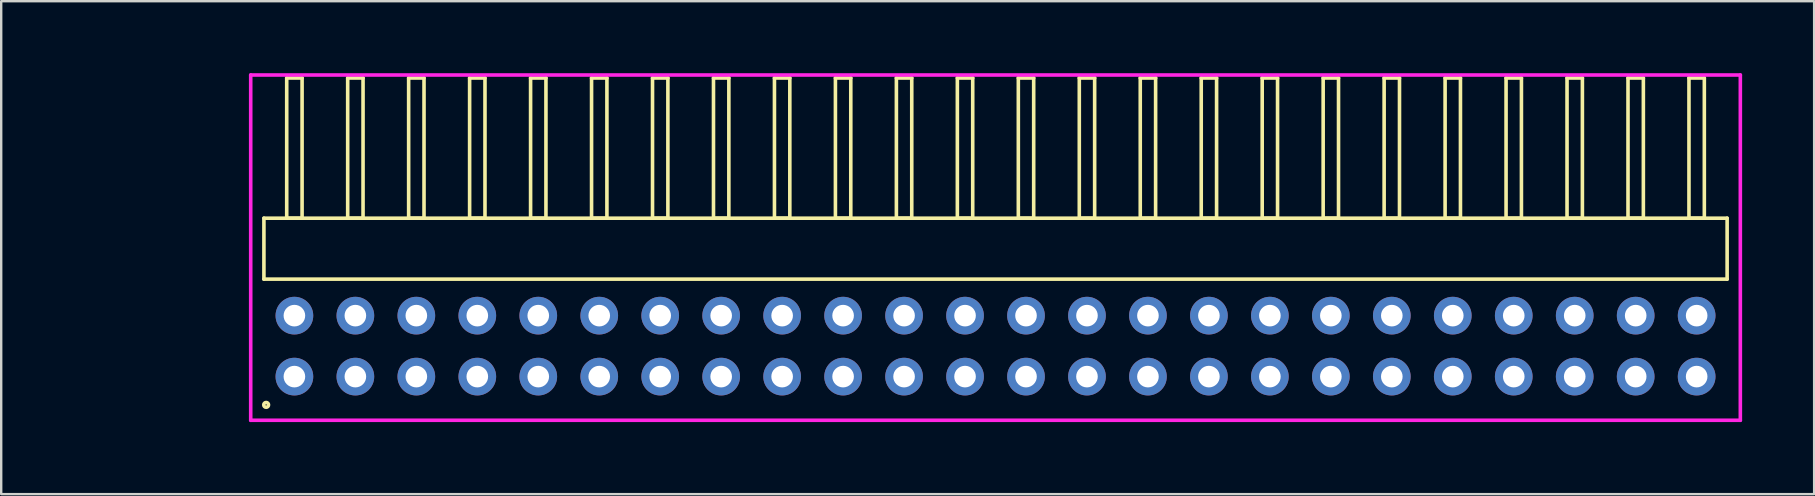
<source format=kicad_pcb>
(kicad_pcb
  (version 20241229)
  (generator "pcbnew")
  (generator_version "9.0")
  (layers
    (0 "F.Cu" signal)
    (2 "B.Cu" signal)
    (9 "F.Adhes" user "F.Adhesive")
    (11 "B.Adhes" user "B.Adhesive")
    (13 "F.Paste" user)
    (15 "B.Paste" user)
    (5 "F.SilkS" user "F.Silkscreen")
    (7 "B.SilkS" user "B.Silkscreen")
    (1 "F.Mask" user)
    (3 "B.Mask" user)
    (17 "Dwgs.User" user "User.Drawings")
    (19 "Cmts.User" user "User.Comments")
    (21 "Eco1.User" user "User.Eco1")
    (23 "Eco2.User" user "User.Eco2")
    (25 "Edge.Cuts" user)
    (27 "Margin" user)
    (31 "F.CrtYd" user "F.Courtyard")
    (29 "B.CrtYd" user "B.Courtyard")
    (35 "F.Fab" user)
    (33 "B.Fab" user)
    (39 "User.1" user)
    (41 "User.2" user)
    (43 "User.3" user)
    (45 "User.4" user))
  (footprint "HDR_RA254P24x2"
    (layer "F.Cu")
    (at 38.425 11.37)
    (property "Reference" "HDR_RA254P24x2" (at -31.78 0 0) (layer "User.1") (effects (font (size 1 1) (thickness 0.1))))
    (attr through_hole)
    (fp_line (start -30.48 -5.33) (end -30.48 -2.79) (stroke (width 0.15) (type solid)) (layer "F.SilkS"))
    (fp_line (start -30.48 -2.79) (end 30.48 -2.79) (stroke (width 0.15) (type solid)) (layer "F.SilkS"))
    (fp_line (start -29.53 -11.17) (end -29.53 -5.33) (stroke (width 0.15) (type solid)) (layer "F.SilkS"))
    (fp_line (start -29.53 -5.33) (end -28.89 -5.33) (stroke (width 0.15) (type solid)) (layer "F.SilkS"))
    (fp_line (start -28.89 -11.17) (end -29.53 -11.17) (stroke (width 0.15) (type solid)) (layer "F.SilkS"))
    (fp_line (start -28.89 -5.33) (end -28.89 -11.17) (stroke (width 0.15) (type solid)) (layer "F.SilkS"))
    (fp_line (start -26.99 -11.17) (end -26.99 -5.33) (stroke (width 0.15) (type solid)) (layer "F.SilkS"))
    (fp_line (start -26.99 -5.33) (end -26.35 -5.33) (stroke (width 0.15) (type solid)) (layer "F.SilkS"))
    (fp_line (start -26.35 -11.17) (end -26.99 -11.17) (stroke (width 0.15) (type solid)) (layer "F.SilkS"))
    (fp_line (start -26.35 -5.33) (end -26.35 -11.17) (stroke (width 0.15) (type solid)) (layer "F.SilkS"))
    (fp_line (start -24.45 -11.17) (end -24.45 -5.33) (stroke (width 0.15) (type solid)) (layer "F.SilkS"))
    (fp_line (start -24.45 -5.33) (end -23.81 -5.33) (stroke (width 0.15) (type solid)) (layer "F.SilkS"))
    (fp_line (start -23.81 -11.17) (end -24.45 -11.17) (stroke (width 0.15) (type solid)) (layer "F.SilkS"))
    (fp_line (start -23.81 -5.33) (end -23.81 -11.17) (stroke (width 0.15) (type solid)) (layer "F.SilkS"))
    (fp_line (start -21.91 -11.17) (end -21.91 -5.33) (stroke (width 0.15) (type solid)) (layer "F.SilkS"))
    (fp_line (start -21.91 -5.33) (end -21.27 -5.33) (stroke (width 0.15) (type solid)) (layer "F.SilkS"))
    (fp_line (start -21.27 -11.17) (end -21.91 -11.17) (stroke (width 0.15) (type solid)) (layer "F.SilkS"))
    (fp_line (start -21.27 -5.33) (end -21.27 -11.17) (stroke (width 0.15) (type solid)) (layer "F.SilkS"))
    (fp_line (start -19.37 -11.17) (end -19.37 -5.33) (stroke (width 0.15) (type solid)) (layer "F.SilkS"))
    (fp_line (start -19.37 -5.33) (end -18.73 -5.33) (stroke (width 0.15) (type solid)) (layer "F.SilkS"))
    (fp_line (start -18.73 -11.17) (end -19.37 -11.17) (stroke (width 0.15) (type solid)) (layer "F.SilkS"))
    (fp_line (start -18.73 -5.33) (end -18.73 -11.17) (stroke (width 0.15) (type solid)) (layer "F.SilkS"))
    (fp_line (start -16.83 -11.17) (end -16.83 -5.33) (stroke (width 0.15) (type solid)) (layer "F.SilkS"))
    (fp_line (start -16.83 -5.33) (end -16.19 -5.33) (stroke (width 0.15) (type solid)) (layer "F.SilkS"))
    (fp_line (start -16.19 -11.17) (end -16.83 -11.17) (stroke (width 0.15) (type solid)) (layer "F.SilkS"))
    (fp_line (start -16.19 -5.33) (end -16.19 -11.17) (stroke (width 0.15) (type solid)) (layer "F.SilkS"))
    (fp_line (start -14.29 -11.17) (end -14.29 -5.33) (stroke (width 0.15) (type solid)) (layer "F.SilkS"))
    (fp_line (start -14.29 -5.33) (end -13.65 -5.33) (stroke (width 0.15) (type solid)) (layer "F.SilkS"))
    (fp_line (start -13.65 -11.17) (end -14.29 -11.17) (stroke (width 0.15) (type solid)) (layer "F.SilkS"))
    (fp_line (start -13.65 -5.33) (end -13.65 -11.17) (stroke (width 0.15) (type solid)) (layer "F.SilkS"))
    (fp_line (start -11.75 -11.17) (end -11.75 -5.33) (stroke (width 0.15) (type solid)) (layer "F.SilkS"))
    (fp_line (start -11.75 -5.33) (end -11.11 -5.33) (stroke (width 0.15) (type solid)) (layer "F.SilkS"))
    (fp_line (start -11.11 -11.17) (end -11.75 -11.17) (stroke (width 0.15) (type solid)) (layer "F.SilkS"))
    (fp_line (start -11.11 -5.33) (end -11.11 -11.17) (stroke (width 0.15) (type solid)) (layer "F.SilkS"))
    (fp_line (start -9.21 -11.17) (end -9.21 -5.33) (stroke (width 0.15) (type solid)) (layer "F.SilkS"))
    (fp_line (start -9.21 -5.33) (end -8.57 -5.33) (stroke (width 0.15) (type solid)) (layer "F.SilkS"))
    (fp_line (start -8.57 -11.17) (end -9.21 -11.17) (stroke (width 0.15) (type solid)) (layer "F.SilkS"))
    (fp_line (start -8.57 -5.33) (end -8.57 -11.17) (stroke (width 0.15) (type solid)) (layer "F.SilkS"))
    (fp_line (start -6.67 -11.17) (end -6.67 -5.33) (stroke (width 0.15) (type solid)) (layer "F.SilkS"))
    (fp_line (start -6.67 -5.33) (end -6.03 -5.33) (stroke (width 0.15) (type solid)) (layer "F.SilkS"))
    (fp_line (start -6.03 -11.17) (end -6.67 -11.17) (stroke (width 0.15) (type solid)) (layer "F.SilkS"))
    (fp_line (start -6.03 -5.33) (end -6.03 -11.17) (stroke (width 0.15) (type solid)) (layer "F.SilkS"))
    (fp_line (start -4.13 -11.17) (end -4.13 -5.33) (stroke (width 0.15) (type solid)) (layer "F.SilkS"))
    (fp_line (start -4.13 -5.33) (end -3.49 -5.33) (stroke (width 0.15) (type solid)) (layer "F.SilkS"))
    (fp_line (start -3.49 -11.17) (end -4.13 -11.17) (stroke (width 0.15) (type solid)) (layer "F.SilkS"))
    (fp_line (start -3.49 -5.33) (end -3.49 -11.17) (stroke (width 0.15) (type solid)) (layer "F.SilkS"))
    (fp_line (start -1.59 -11.17) (end -1.59 -5.33) (stroke (width 0.15) (type solid)) (layer "F.SilkS"))
    (fp_line (start -1.59 -5.33) (end -0.95 -5.33) (stroke (width 0.15) (type solid)) (layer "F.SilkS"))
    (fp_line (start -0.95 -11.17) (end -1.59 -11.17) (stroke (width 0.15) (type solid)) (layer "F.SilkS"))
    (fp_line (start -0.95 -5.33) (end -0.95 -11.17) (stroke (width 0.15) (type solid)) (layer "F.SilkS"))
    (fp_line (start 0.95 -11.17) (end 0.95 -5.33) (stroke (width 0.15) (type solid)) (layer "F.SilkS"))
    (fp_line (start 0.95 -5.33) (end 1.59 -5.33) (stroke (width 0.15) (type solid)) (layer "F.SilkS"))
    (fp_line (start 1.59 -11.17) (end 0.95 -11.17) (stroke (width 0.15) (type solid)) (layer "F.SilkS"))
    (fp_line (start 1.59 -5.33) (end 1.59 -11.17) (stroke (width 0.15) (type solid)) (layer "F.SilkS"))
    (fp_line (start 3.49 -11.17) (end 3.49 -5.33) (stroke (width 0.15) (type solid)) (layer "F.SilkS"))
    (fp_line (start 3.49 -5.33) (end 4.13 -5.33) (stroke (width 0.15) (type solid)) (layer "F.SilkS"))
    (fp_line (start 4.13 -11.17) (end 3.49 -11.17) (stroke (width 0.15) (type solid)) (layer "F.SilkS"))
    (fp_line (start 4.13 -5.33) (end 4.13 -11.17) (stroke (width 0.15) (type solid)) (layer "F.SilkS"))
    (fp_line (start 6.03 -11.17) (end 6.03 -5.33) (stroke (width 0.15) (type solid)) (layer "F.SilkS"))
    (fp_line (start 6.03 -5.33) (end 6.67 -5.33) (stroke (width 0.15) (type solid)) (layer "F.SilkS"))
    (fp_line (start 6.67 -11.17) (end 6.03 -11.17) (stroke (width 0.15) (type solid)) (layer "F.SilkS"))
    (fp_line (start 6.67 -5.33) (end 6.67 -11.17) (stroke (width 0.15) (type solid)) (layer "F.SilkS"))
    (fp_line (start 8.57 -11.17) (end 8.57 -5.33) (stroke (width 0.15) (type solid)) (layer "F.SilkS"))
    (fp_line (start 8.57 -5.33) (end 9.21 -5.33) (stroke (width 0.15) (type solid)) (layer "F.SilkS"))
    (fp_line (start 9.21 -11.17) (end 8.57 -11.17) (stroke (width 0.15) (type solid)) (layer "F.SilkS"))
    (fp_line (start 9.21 -5.33) (end 9.21 -11.17) (stroke (width 0.15) (type solid)) (layer "F.SilkS"))
    (fp_line (start 11.11 -11.17) (end 11.11 -5.33) (stroke (width 0.15) (type solid)) (layer "F.SilkS"))
    (fp_line (start 11.11 -5.33) (end 11.75 -5.33) (stroke (width 0.15) (type solid)) (layer "F.SilkS"))
    (fp_line (start 11.75 -11.17) (end 11.11 -11.17) (stroke (width 0.15) (type solid)) (layer "F.SilkS"))
    (fp_line (start 11.75 -5.33) (end 11.75 -11.17) (stroke (width 0.15) (type solid)) (layer "F.SilkS"))
    (fp_line (start 13.65 -11.17) (end 13.65 -5.33) (stroke (width 0.15) (type solid)) (layer "F.SilkS"))
    (fp_line (start 13.65 -5.33) (end 14.29 -5.33) (stroke (width 0.15) (type solid)) (layer "F.SilkS"))
    (fp_line (start 14.29 -11.17) (end 13.65 -11.17) (stroke (width 0.15) (type solid)) (layer "F.SilkS"))
    (fp_line (start 14.29 -5.33) (end 14.29 -11.17) (stroke (width 0.15) (type solid)) (layer "F.SilkS"))
    (fp_line (start 16.19 -11.17) (end 16.19 -5.33) (stroke (width 0.15) (type solid)) (layer "F.SilkS"))
    (fp_line (start 16.19 -5.33) (end 16.83 -5.33) (stroke (width 0.15) (type solid)) (layer "F.SilkS"))
    (fp_line (start 16.83 -11.17) (end 16.19 -11.17) (stroke (width 0.15) (type solid)) (layer "F.SilkS"))
    (fp_line (start 16.83 -5.33) (end 16.83 -11.17) (stroke (width 0.15) (type solid)) (layer "F.SilkS"))
    (fp_line (start 18.73 -11.17) (end 18.73 -5.33) (stroke (width 0.15) (type solid)) (layer "F.SilkS"))
    (fp_line (start 18.73 -5.33) (end 19.37 -5.33) (stroke (width 0.15) (type solid)) (layer "F.SilkS"))
    (fp_line (start 19.37 -11.17) (end 18.73 -11.17) (stroke (width 0.15) (type solid)) (layer "F.SilkS"))
    (fp_line (start 19.37 -5.33) (end 19.37 -11.17) (stroke (width 0.15) (type solid)) (layer "F.SilkS"))
    (fp_line (start 21.27 -11.17) (end 21.27 -5.33) (stroke (width 0.15) (type solid)) (layer "F.SilkS"))
    (fp_line (start 21.27 -5.33) (end 21.91 -5.33) (stroke (width 0.15) (type solid)) (layer "F.SilkS"))
    (fp_line (start 21.91 -11.17) (end 21.27 -11.17) (stroke (width 0.15) (type solid)) (layer "F.SilkS"))
    (fp_line (start 21.91 -5.33) (end 21.91 -11.17) (stroke (width 0.15) (type solid)) (layer "F.SilkS"))
    (fp_line (start 23.81 -11.17) (end 23.81 -5.33) (stroke (width 0.15) (type solid)) (layer "F.SilkS"))
    (fp_line (start 23.81 -5.33) (end 24.45 -5.33) (stroke (width 0.15) (type solid)) (layer "F.SilkS"))
    (fp_line (start 24.45 -11.17) (end 23.81 -11.17) (stroke (width 0.15) (type solid)) (layer "F.SilkS"))
    (fp_line (start 24.45 -5.33) (end 24.45 -11.17) (stroke (width 0.15) (type solid)) (layer "F.SilkS"))
    (fp_line (start 26.35 -11.17) (end 26.35 -5.33) (stroke (width 0.15) (type solid)) (layer "F.SilkS"))
    (fp_line (start 26.35 -5.33) (end 26.99 -5.33) (stroke (width 0.15) (type solid)) (layer "F.SilkS"))
    (fp_line (start 26.99 -11.17) (end 26.35 -11.17) (stroke (width 0.15) (type solid)) (layer "F.SilkS"))
    (fp_line (start 26.99 -5.33) (end 26.99 -11.17) (stroke (width 0.15) (type solid)) (layer "F.SilkS"))
    (fp_line (start 28.89 -11.17) (end 28.89 -5.33) (stroke (width 0.15) (type solid)) (layer "F.SilkS"))
    (fp_line (start 28.89 -5.33) (end 29.53 -5.33) (stroke (width 0.15) (type solid)) (layer "F.SilkS"))
    (fp_line (start 29.53 -11.17) (end 28.89 -11.17) (stroke (width 0.15) (type solid)) (layer "F.SilkS"))
    (fp_line (start 29.53 -5.33) (end 29.53 -11.17) (stroke (width 0.15) (type solid)) (layer "F.SilkS"))
    (fp_line (start 30.48 -5.33) (end -30.48 -5.33) (stroke (width 0.15) (type solid)) (layer "F.SilkS"))
    (fp_line (start 30.48 -2.79) (end 30.48 -5.33) (stroke (width 0.15) (type solid)) (layer "F.SilkS"))
    (fp_circle (center -30.387 2.448) (end -30.287 2.448) (stroke (width 0.15) (type solid)) (fill no) (layer "F.SilkS"))
    (fp_line (start -31.03 -11.295) (end -31.03 3.09) (stroke (width 0.15) (type solid)) (layer "F.CrtYd"))
    (fp_line (start -31.03 3.09) (end 31.03 3.09) (stroke (width 0.15) (type solid)) (layer "F.CrtYd"))
    (fp_line (start 31.03 -11.295) (end -31.03 -11.295) (stroke (width 0.15) (type solid)) (layer "F.CrtYd"))
    (fp_line (start 31.03 3.09) (end 31.03 -11.295) (stroke (width 0.15) (type solid)) (layer "F.CrtYd"))
    (pad "1" thru_hole oval (at -29.21 1.27) (size 1.57 1.57) (drill 0.9) (layers "*.Cu" "*.Mask"))
    (pad "2" thru_hole oval (at -29.21 -1.27) (size 1.57 1.57) (drill 0.9) (layers "*.Cu" "*.Mask"))
    (pad "3" thru_hole oval (at -26.67 1.27) (size 1.57 1.57) (drill 0.9) (layers "*.Cu" "*.Mask"))
    (pad "4" thru_hole oval (at -26.67 -1.27) (size 1.57 1.57) (drill 0.9) (layers "*.Cu" "*.Mask"))
    (pad "5" thru_hole oval (at -24.13 1.27) (size 1.57 1.57) (drill 0.9) (layers "*.Cu" "*.Mask"))
    (pad "6" thru_hole oval (at -24.13 -1.27) (size 1.57 1.57) (drill 0.9) (layers "*.Cu" "*.Mask"))
    (pad "7" thru_hole oval (at -21.59 1.27) (size 1.57 1.57) (drill 0.9) (layers "*.Cu" "*.Mask"))
    (pad "8" thru_hole oval (at -21.59 -1.27) (size 1.57 1.57) (drill 0.9) (layers "*.Cu" "*.Mask"))
    (pad "9" thru_hole oval (at -19.05 1.27) (size 1.57 1.57) (drill 0.9) (layers "*.Cu" "*.Mask"))
    (pad "10" thru_hole oval (at -19.05 -1.27) (size 1.57 1.57) (drill 0.9) (layers "*.Cu" "*.Mask"))
    (pad "11" thru_hole oval (at -16.51 1.27) (size 1.57 1.57) (drill 0.9) (layers "*.Cu" "*.Mask"))
    (pad "12" thru_hole oval (at -16.51 -1.27) (size 1.57 1.57) (drill 0.9) (layers "*.Cu" "*.Mask"))
    (pad "13" thru_hole oval (at -13.97 1.27) (size 1.57 1.57) (drill 0.9) (layers "*.Cu" "*.Mask"))
    (pad "14" thru_hole oval (at -13.97 -1.27) (size 1.57 1.57) (drill 0.9) (layers "*.Cu" "*.Mask"))
    (pad "15" thru_hole oval (at -11.43 1.27) (size 1.57 1.57) (drill 0.9) (layers "*.Cu" "*.Mask"))
    (pad "16" thru_hole oval (at -11.43 -1.27) (size 1.57 1.57) (drill 0.9) (layers "*.Cu" "*.Mask"))
    (pad "17" thru_hole oval (at -8.89 1.27) (size 1.57 1.57) (drill 0.9) (layers "*.Cu" "*.Mask"))
    (pad "18" thru_hole oval (at -8.89 -1.27) (size 1.57 1.57) (drill 0.9) (layers "*.Cu" "*.Mask"))
    (pad "19" thru_hole oval (at -6.35 1.27) (size 1.57 1.57) (drill 0.9) (layers "*.Cu" "*.Mask"))
    (pad "20" thru_hole oval (at -6.35 -1.27) (size 1.57 1.57) (drill 0.9) (layers "*.Cu" "*.Mask"))
    (pad "21" thru_hole oval (at -3.81 1.27) (size 1.57 1.57) (drill 0.9) (layers "*.Cu" "*.Mask"))
    (pad "22" thru_hole oval (at -3.81 -1.27) (size 1.57 1.57) (drill 0.9) (layers "*.Cu" "*.Mask"))
    (pad "23" thru_hole oval (at -1.27 1.27) (size 1.57 1.57) (drill 0.9) (layers "*.Cu" "*.Mask"))
    (pad "24" thru_hole oval (at -1.27 -1.27) (size 1.57 1.57) (drill 0.9) (layers "*.Cu" "*.Mask"))
    (pad "25" thru_hole oval (at 1.27 1.27) (size 1.57 1.57) (drill 0.9) (layers "*.Cu" "*.Mask"))
    (pad "26" thru_hole oval (at 1.27 -1.27) (size 1.57 1.57) (drill 0.9) (layers "*.Cu" "*.Mask"))
    (pad "27" thru_hole oval (at 3.81 1.27) (size 1.57 1.57) (drill 0.9) (layers "*.Cu" "*.Mask"))
    (pad "28" thru_hole oval (at 3.81 -1.27) (size 1.57 1.57) (drill 0.9) (layers "*.Cu" "*.Mask"))
    (pad "29" thru_hole oval (at 6.35 1.27) (size 1.57 1.57) (drill 0.9) (layers "*.Cu" "*.Mask"))
    (pad "30" thru_hole oval (at 6.35 -1.27) (size 1.57 1.57) (drill 0.9) (layers "*.Cu" "*.Mask"))
    (pad "31" thru_hole oval (at 8.89 1.27) (size 1.57 1.57) (drill 0.9) (layers "*.Cu" "*.Mask"))
    (pad "32" thru_hole oval (at 8.89 -1.27) (size 1.57 1.57) (drill 0.9) (layers "*.Cu" "*.Mask"))
    (pad "33" thru_hole oval (at 11.43 1.27) (size 1.57 1.57) (drill 0.9) (layers "*.Cu" "*.Mask"))
    (pad "34" thru_hole oval (at 11.43 -1.27) (size 1.57 1.57) (drill 0.9) (layers "*.Cu" "*.Mask"))
    (pad "35" thru_hole oval (at 13.97 1.27) (size 1.57 1.57) (drill 0.9) (layers "*.Cu" "*.Mask"))
    (pad "36" thru_hole oval (at 13.97 -1.27) (size 1.57 1.57) (drill 0.9) (layers "*.Cu" "*.Mask"))
    (pad "37" thru_hole oval (at 16.51 1.27) (size 1.57 1.57) (drill 0.9) (layers "*.Cu" "*.Mask"))
    (pad "38" thru_hole oval (at 16.51 -1.27) (size 1.57 1.57) (drill 0.9) (layers "*.Cu" "*.Mask"))
    (pad "39" thru_hole oval (at 19.05 1.27) (size 1.57 1.57) (drill 0.9) (layers "*.Cu" "*.Mask"))
    (pad "40" thru_hole oval (at 19.05 -1.27) (size 1.57 1.57) (drill 0.9) (layers "*.Cu" "*.Mask"))
    (pad "41" thru_hole oval (at 21.59 1.27) (size 1.57 1.57) (drill 0.9) (layers "*.Cu" "*.Mask"))
    (pad "42" thru_hole oval (at 21.59 -1.27) (size 1.57 1.57) (drill 0.9) (layers "*.Cu" "*.Mask"))
    (pad "43" thru_hole oval (at 24.13 1.27) (size 1.57 1.57) (drill 0.9) (layers "*.Cu" "*.Mask"))
    (pad "44" thru_hole oval (at 24.13 -1.27) (size 1.57 1.57) (drill 0.9) (layers "*.Cu" "*.Mask"))
    (pad "45" thru_hole oval (at 26.67 1.27) (size 1.57 1.57) (drill 0.9) (layers "*.Cu" "*.Mask"))
    (pad "46" thru_hole oval (at 26.67 -1.27) (size 1.57 1.57) (drill 0.9) (layers "*.Cu" "*.Mask"))
    (pad "47" thru_hole oval (at 29.21 1.27) (size 1.57 1.57) (drill 0.9) (layers "*.Cu" "*.Mask"))
    (pad "48" thru_hole oval (at 29.21 -1.27) (size 1.57 1.57) (drill 0.9) (layers "*.Cu" "*.Mask")))
  (gr_rect
    (start -3 -3)
    (end 72.53 17.535)
    (stroke (width 0.1) (type default))
    (fill no)
    (layer "Edge.Cuts")))
</source>
